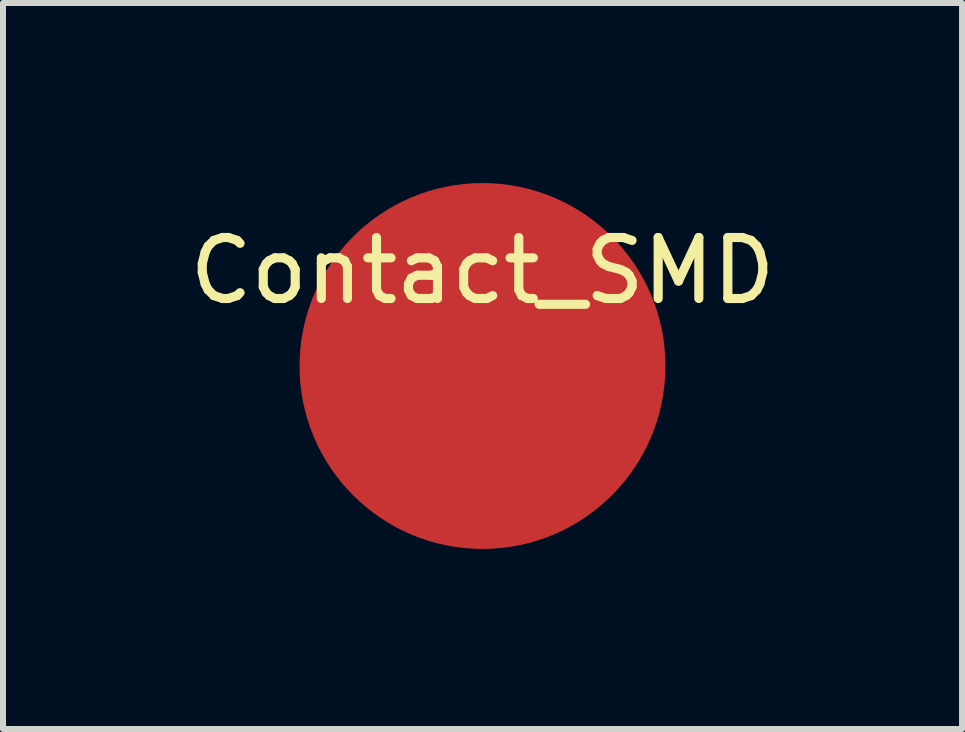
<source format=kicad_pcb>
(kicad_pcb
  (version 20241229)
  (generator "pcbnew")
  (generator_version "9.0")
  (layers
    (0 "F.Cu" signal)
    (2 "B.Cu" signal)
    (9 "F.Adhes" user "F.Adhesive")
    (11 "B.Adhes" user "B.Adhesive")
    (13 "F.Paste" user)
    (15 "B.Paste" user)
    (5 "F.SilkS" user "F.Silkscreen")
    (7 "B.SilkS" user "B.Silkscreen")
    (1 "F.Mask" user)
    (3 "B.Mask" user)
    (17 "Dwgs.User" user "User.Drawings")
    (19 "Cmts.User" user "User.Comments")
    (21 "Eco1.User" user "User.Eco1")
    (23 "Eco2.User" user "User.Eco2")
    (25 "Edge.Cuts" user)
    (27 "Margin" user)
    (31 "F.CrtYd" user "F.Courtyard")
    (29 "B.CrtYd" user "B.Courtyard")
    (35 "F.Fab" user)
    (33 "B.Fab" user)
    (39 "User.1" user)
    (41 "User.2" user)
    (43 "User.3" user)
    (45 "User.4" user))
  (footprint "Contact_SMD"
    (layer "F.Cu")
    (at 4.989 3.048)
    (property "Reference" "Contact_SMD" (at 0 -1.587 0) (layer "F.SilkS") (effects (font (size 1.016 1.016) (thickness 0.152))))
    (attr through_hole)
    (pad "1" smd circle (at 0 0) (size 6.096 6.096) (layers "F.Cu" "F.Mask" "F.Paste")))
  (gr_rect
    (start -3 -3)
    (end 12.979 9.096)
    (stroke (width 0.1) (type default))
    (fill no)
    (layer "Edge.Cuts")))
</source>
